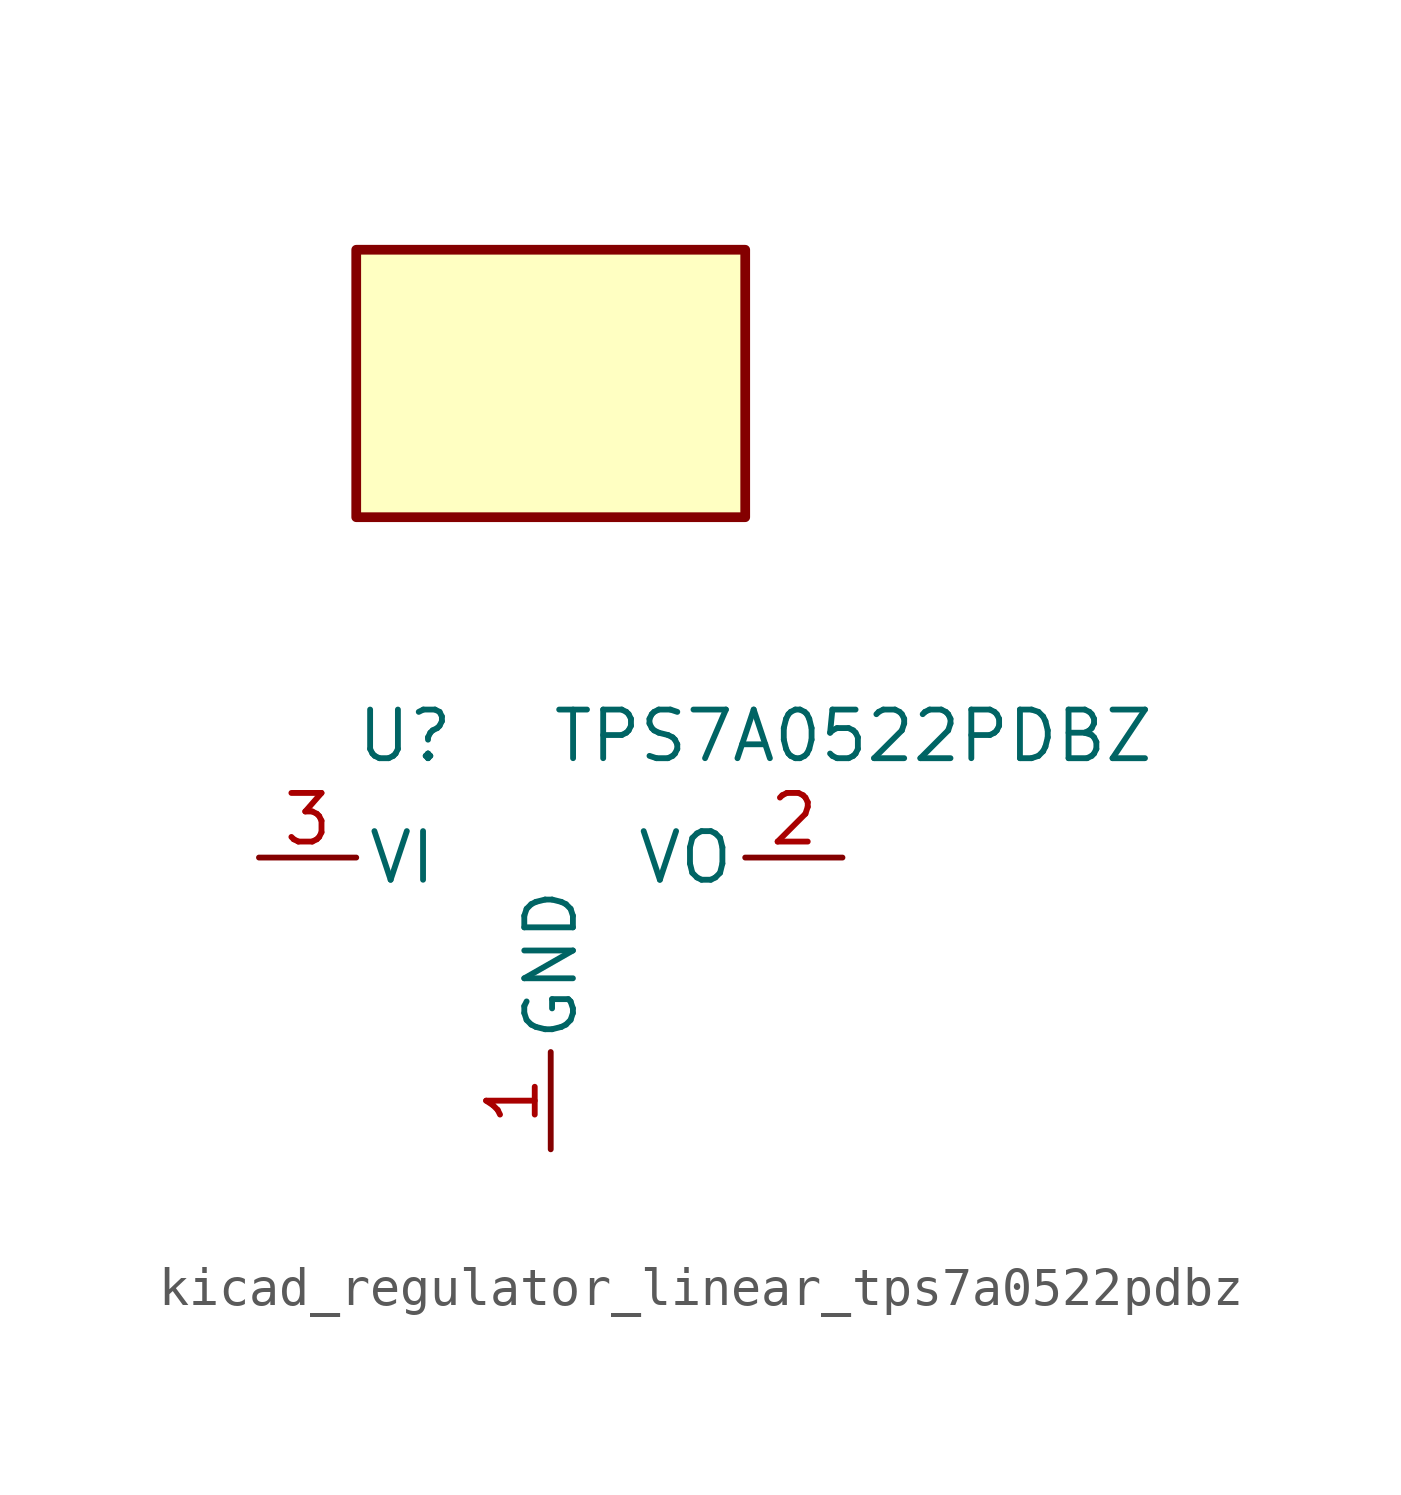
<source format=kicad_sym>
(kicad_symbol_lib
  (version 20220914)
  (generator kicad_symbol_editor)
  (symbol "kicad_regulator_linear_tps7a0522pdbz"
    (pin_names
      (offset 0.254))
    (property "Reference" "U"
      (at -3.81 3.175 0)
      (effects (font (size 1.27 1.27))))
    (property "Value" "TPS7A0522PDBZ"
      (at 0 3.175 0)
      (effects (font (size 1.27 1.27)) (justify left)))
    (symbol "kicad_regulator_linear_tps7a0522pdbz_0_1"
      (rectangle (start 5.08 15.875) (end -5.08 8.89) (stroke (width 0.254) (type default)) (fill (type background))))
    (symbol "kicad_regulator_linear_tps7a0522pdbz_1_1"
      (pin power_in line (at 0 -7.62 90) (length 2.54) (name "GND" (effects (font (size 1.27 1.27)))) (number "1" (effects (font (size 1.27 1.27)))))
      (pin power_out line (at 7.62 0 180) (length 2.54) (name "VO" (effects (font (size 1.27 1.27)))) (number "2" (effects (font (size 1.27 1.27)))))
      (pin power_in line (at -7.62 0 0) (length 2.54) (name "VI" (effects (font (size 1.27 1.27)))) (number "3" (effects (font (size 1.27 1.27))))))))
</source>
